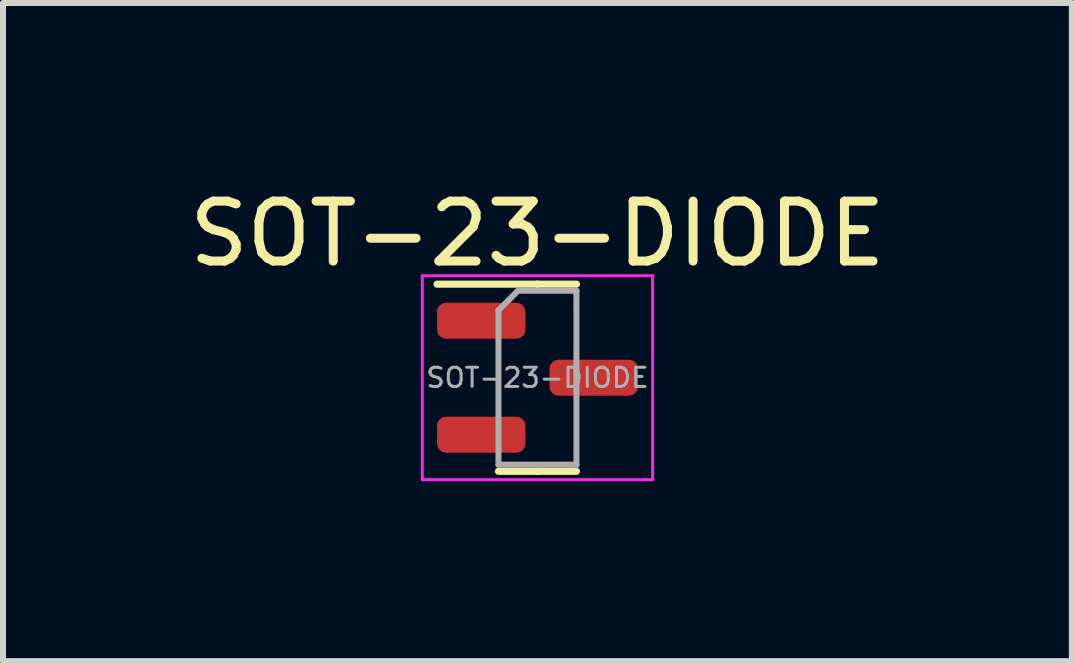
<source format=kicad_pcb>
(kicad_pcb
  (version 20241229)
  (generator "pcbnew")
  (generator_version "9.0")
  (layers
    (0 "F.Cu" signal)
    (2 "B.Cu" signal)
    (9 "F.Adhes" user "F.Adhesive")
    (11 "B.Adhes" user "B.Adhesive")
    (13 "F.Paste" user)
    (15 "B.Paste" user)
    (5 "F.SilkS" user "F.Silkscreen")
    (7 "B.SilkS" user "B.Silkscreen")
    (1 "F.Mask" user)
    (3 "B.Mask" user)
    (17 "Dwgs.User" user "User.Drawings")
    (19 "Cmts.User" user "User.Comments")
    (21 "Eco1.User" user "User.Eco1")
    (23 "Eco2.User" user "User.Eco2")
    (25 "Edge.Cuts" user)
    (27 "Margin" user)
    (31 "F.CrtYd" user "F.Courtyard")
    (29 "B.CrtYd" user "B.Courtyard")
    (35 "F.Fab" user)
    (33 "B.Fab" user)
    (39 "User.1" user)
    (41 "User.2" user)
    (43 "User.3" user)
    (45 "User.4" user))
  (footprint "SOT-23-DIODE"
    (layer "F.Cu")
    (at 5.911 3.248)
    (property "Reference" "SOT-23-DIODE" (at 0 -2.4 0) (layer "F.SilkS") (effects (font (size 1 1) (thickness 0.15))))
    (attr smd)
    (fp_line (start 0 -1.56) (end -1.675 -1.56) (stroke (width 0.12) (type solid)) (layer "F.SilkS"))
    (fp_line (start 0 -1.56) (end 0.65 -1.56) (stroke (width 0.12) (type solid)) (layer "F.SilkS"))
    (fp_line (start 0 1.56) (end -0.65 1.56) (stroke (width 0.12) (type solid)) (layer "F.SilkS"))
    (fp_line (start 0 1.56) (end 0.65 1.56) (stroke (width 0.12) (type solid)) (layer "F.SilkS"))
    (fp_line (start -1.92 -1.7) (end -1.92 1.7) (stroke (width 0.05) (type solid)) (layer "F.CrtYd"))
    (fp_line (start -1.92 1.7) (end 1.92 1.7) (stroke (width 0.05) (type solid)) (layer "F.CrtYd"))
    (fp_line (start 1.92 -1.7) (end -1.92 -1.7) (stroke (width 0.05) (type solid)) (layer "F.CrtYd"))
    (fp_line (start 1.92 1.7) (end 1.92 -1.7) (stroke (width 0.05) (type solid)) (layer "F.CrtYd"))
    (fp_line (start -0.65 -1.125) (end -0.325 -1.45) (stroke (width 0.1) (type solid)) (layer "F.Fab"))
    (fp_line (start -0.65 1.45) (end -0.65 -1.125) (stroke (width 0.1) (type solid)) (layer "F.Fab"))
    (fp_line (start -0.325 -1.45) (end 0.65 -1.45) (stroke (width 0.1) (type solid)) (layer "F.Fab"))
    (fp_line (start 0.65 -1.45) (end 0.65 1.45) (stroke (width 0.1) (type solid)) (layer "F.Fab"))
    (fp_line (start 0.65 1.45) (end -0.65 1.45) (stroke (width 0.1) (type solid)) (layer "F.Fab"))
    (fp_text user "${REFERENCE}" (at 0 0 0) (layer "F.Fab") (effects (font (size 0.32 0.32) (thickness 0.05))))
    (pad "2" smd roundrect (at -0.938 0.95) (size 1.475 0.6) (layers "F.Cu" "F.Mask" "F.Paste") (roundrect_rratio 0.25))
    (pad "A" smd roundrect (at -0.938 -0.95) (size 1.475 0.6) (layers "F.Cu" "F.Mask" "F.Paste") (roundrect_rratio 0.25))
    (pad "K" smd roundrect (at 0.938 0) (size 1.475 0.6) (layers "F.Cu" "F.Mask" "F.Paste") (roundrect_rratio 0.25)))
  (gr_rect
    (start -3 -3)
    (end 14.821 7.973)
    (stroke (width 0.1) (type default))
    (fill no)
    (layer "Edge.Cuts")))
</source>
